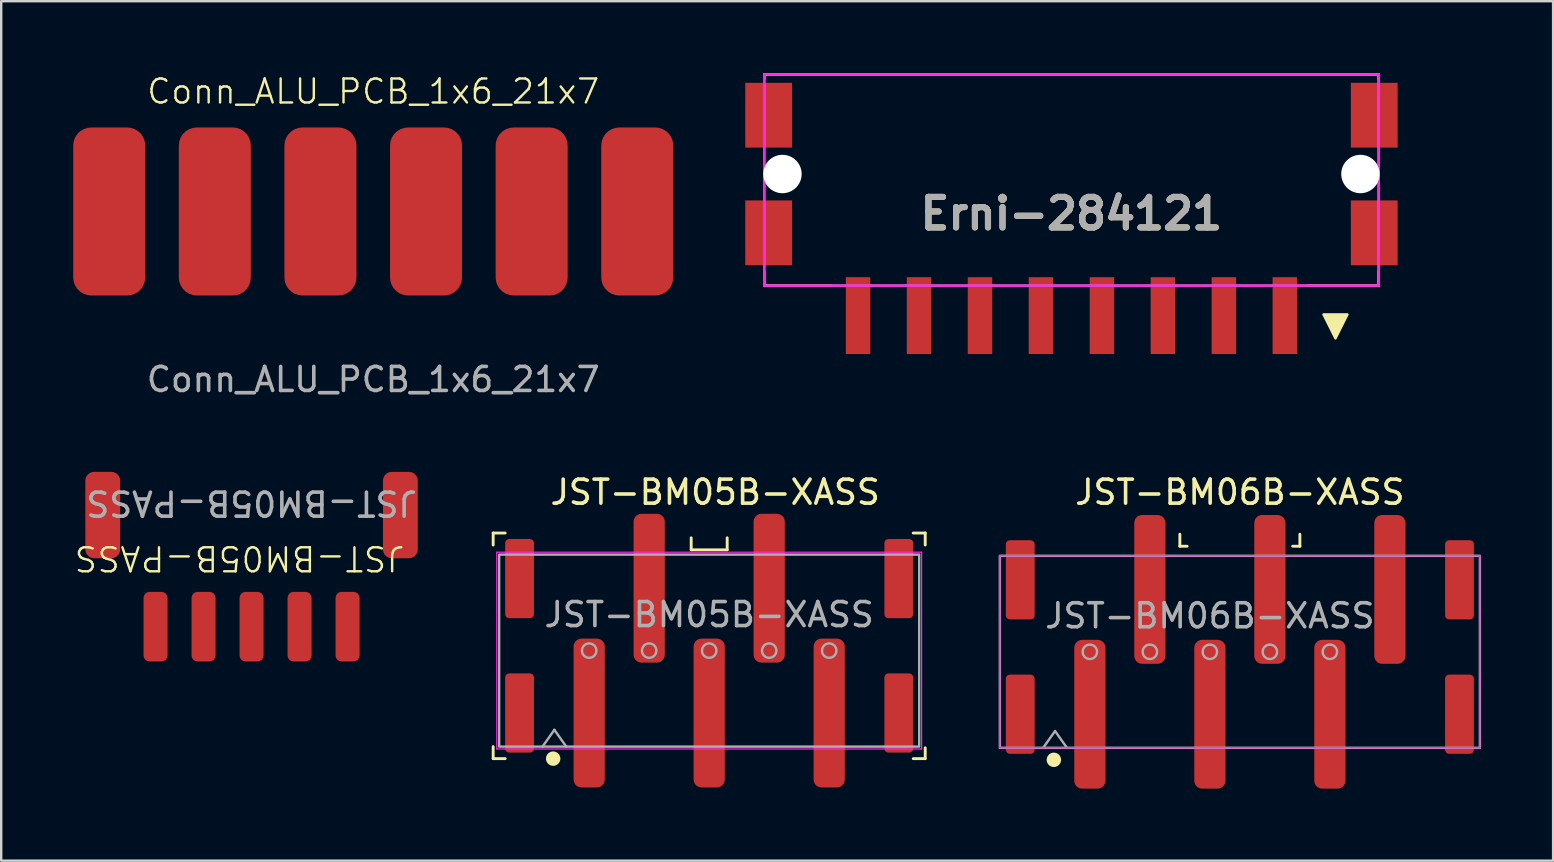
<source format=kicad_pcb>
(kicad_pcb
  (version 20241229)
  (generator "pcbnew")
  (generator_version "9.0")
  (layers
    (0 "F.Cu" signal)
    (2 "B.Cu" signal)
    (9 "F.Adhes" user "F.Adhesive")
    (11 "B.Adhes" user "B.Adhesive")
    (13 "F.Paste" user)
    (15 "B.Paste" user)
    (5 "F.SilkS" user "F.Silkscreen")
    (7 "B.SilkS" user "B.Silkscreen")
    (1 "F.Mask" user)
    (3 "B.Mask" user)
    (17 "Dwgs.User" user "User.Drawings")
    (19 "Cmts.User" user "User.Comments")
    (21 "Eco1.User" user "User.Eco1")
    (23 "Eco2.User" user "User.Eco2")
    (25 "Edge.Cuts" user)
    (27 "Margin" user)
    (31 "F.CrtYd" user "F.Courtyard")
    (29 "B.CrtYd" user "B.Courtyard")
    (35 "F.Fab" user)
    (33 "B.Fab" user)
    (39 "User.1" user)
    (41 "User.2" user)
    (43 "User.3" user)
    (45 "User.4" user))
  (footprint "JST-BM06B-XASS"
    (layer "F.Cu")
    (at 48.607 24.107)
    (property "Reference" "JST-BM06B-XASS" (at 0 -6.65 0) (layer "F.SilkS") (effects (font (size 1 1) (thickness 0.15))))
    (attr smd)
    (fp_line (start -2.5 -4.9) (end -2.5 -4.4) (stroke (width 0.12) (type solid)) (layer "F.SilkS"))
    (fp_line (start -2.5 -4.4) (end -2.2 -4.4) (stroke (width 0.12) (type solid)) (layer "F.SilkS"))
    (fp_line (start 2.2 -4.4) (end 2.5 -4.4) (stroke (width 0.12) (type solid)) (layer "F.SilkS"))
    (fp_line (start 2.5 -4.9) (end 2.5 -4.4) (stroke (width 0.12) (type solid)) (layer "F.SilkS"))
    (fp_circle (center -7.75 4.5) (end -7.5 4.5) (stroke (width 0.1) (type solid)) (fill yes) (layer "F.SilkS"))
    (fp_line (start -10 -4) (end -10 4) (stroke (width 0.05) (type solid)) (layer "F.CrtYd"))
    (fp_line (start -10 4) (end 10 4) (stroke (width 0.05) (type solid)) (layer "F.CrtYd"))
    (fp_line (start 10 -4) (end -10 -4) (stroke (width 0.05) (type solid)) (layer "F.CrtYd"))
    (fp_line (start 10 4) (end 10 -4) (stroke (width 0.05) (type solid)) (layer "F.CrtYd"))
    (fp_line (start -8.2 4.007) (end -7.7 3.3) (stroke (width 0.1) (type solid)) (layer "F.Fab"))
    (fp_line (start -7.7 3.3) (end -7.2 4.007) (stroke (width 0.1) (type solid)) (layer "F.Fab"))
    (fp_rect (start -10 -4) (end 10 4) (stroke (width 0.1) (type default)) (fill no) (layer "F.Fab"))
    (fp_circle (center -6.25 0) (end -5.95 0) (stroke (width 0.1) (type default)) (fill no) (layer "F.Fab"))
    (fp_circle (center -3.75 0) (end -3.45 0) (stroke (width 0.1) (type default)) (fill no) (layer "F.Fab"))
    (fp_circle (center -1.25 0) (end -0.95 0) (stroke (width 0.1) (type default)) (fill no) (layer "F.Fab"))
    (fp_circle (center 1.25 0) (end 1.55 0) (stroke (width 0.1) (type default)) (fill no) (layer "F.Fab"))
    (fp_circle (center 3.75 0) (end 4.05 0) (stroke (width 0.1) (type default)) (fill no) (layer "F.Fab"))
    (fp_text user "${REFERENCE}" (at -1.25 -1.5 0) (layer "F.Fab") (effects (font (size 1 1) (thickness 0.15))))
    (pad "1" smd roundrect (at -6.25 2.6) (size 1.3 6.2) (layers "F.Cu" "F.Mask" "F.Paste") (roundrect_rratio 0.25))
    (pad "2" smd roundrect (at -3.75 -2.6) (size 1.3 6.2) (layers "F.Cu" "F.Mask" "F.Paste") (roundrect_rratio 0.25))
    (pad "3" smd roundrect (at -1.25 2.6) (size 1.3 6.2) (layers "F.Cu" "F.Mask" "F.Paste") (roundrect_rratio 0.25))
    (pad "4" smd roundrect (at 1.25 -2.6) (size 1.3 6.2) (layers "F.Cu" "F.Mask" "F.Paste") (roundrect_rratio 0.25))
    (pad "5" smd roundrect (at 3.75 2.6) (size 1.3 6.2) (layers "F.Cu" "F.Mask" "F.Paste") (roundrect_rratio 0.25))
    (pad "6" smd roundrect (at 6.25 -2.6) (size 1.3 6.2) (layers "F.Cu" "F.Mask" "F.Paste") (roundrect_rratio 0.25))
    (pad "7" smd roundrect (at 9.15 2.6) (size 1.2 3.3) (layers "F.Cu" "F.Mask" "F.Paste") (roundrect_rratio 0.139))
    (pad "8" smd roundrect (at 9.15 -3) (size 1.2 3.3) (layers "F.Cu" "F.Mask" "F.Paste") (roundrect_rratio 0.139))
    (pad "9" smd roundrect (at -9.15 -3) (size 1.2 3.3) (layers "F.Cu" "F.Mask" "F.Paste") (roundrect_rratio 0.139))
    (pad "10" smd roundrect (at -9.15 2.6) (size 1.2 3.3) (layers "F.Cu" "F.Mask" "F.Paste") (roundrect_rratio 0.139)))
  (footprint "Conn_ALU_PCB_1x6_21x7"
    (layer "F.Cu")
    (at 12.5 5.761)
    (property "Reference" "Conn_ALU_PCB_1x6_21x7" (at 0 -5 0) (unlocked yes) (layer "F.SilkS") (effects (font (size 1 1) (thickness 0.1))))
    (attr smd)
    (fp_text user "${REFERENCE}" (at 0 7 0) (unlocked yes) (layer "F.Fab") (effects (font (size 1 1) (thickness 0.15))))
    (pad "1" smd roundrect (at 11 0) (size 3 7) (layers "F.Cu" "F.Mask" "F.Paste") (roundrect_rratio 0.25))
    (pad "2" smd roundrect (at 6.6 0) (size 3 7) (layers "F.Cu" "F.Mask" "F.Paste") (roundrect_rratio 0.25))
    (pad "3" smd roundrect (at 2.2 0) (size 3 7) (layers "F.Cu" "F.Mask" "F.Paste") (roundrect_rratio 0.25))
    (pad "4" smd roundrect (at -2.2 0) (size 3 7) (layers "F.Cu" "F.Mask" "F.Paste") (roundrect_rratio 0.25))
    (pad "5" smd roundrect (at -6.6 0) (size 3 7) (layers "F.Cu" "F.Mask" "F.Paste") (roundrect_rratio 0.25))
    (pad "6" smd roundrect (at -11 0) (size 3 7) (layers "F.Cu" "F.Mask" "F.Paste") (roundrect_rratio 0.25)))
  (footprint "Erni-284121"
    (layer "F.Cu")
    (at 41.59 5.05)
    (property "Reference" "Erni-284121" (at 0 0.8 0) (layer "F.SilkS") (effects (font (size 1.27 1.27) (thickness 0.254))))
    (attr smd)
    (fp_line (start -12.8 -5) (end -12.8 -4.8) (stroke (width 0.1) (type default)) (layer "F.SilkS"))
    (fp_line (start -12.8 3.2) (end -12.8 3.8) (stroke (width 0.1) (type default)) (layer "F.SilkS"))
    (fp_line (start -12.8 3.8) (end -10 3.8) (stroke (width 0.1) (type default)) (layer "F.SilkS"))
    (fp_line (start 9.8 3.8) (end 12.8 3.8) (stroke (width 0.1) (type default)) (layer "F.SilkS"))
    (fp_line (start 12.8 -5) (end -12.8 -5) (stroke (width 0.1) (type default)) (layer "F.SilkS"))
    (fp_line (start 12.8 -4.8) (end 12.8 -5) (stroke (width 0.1) (type default)) (layer "F.SilkS"))
    (fp_line (start 12.8 3.8) (end 12.8 3.2) (stroke (width 0.1) (type default)) (layer "F.SilkS"))
    (fp_poly (pts (xy 10.5 5) (xy 11.5 5) (xy 11 6)) (stroke (width 0.1) (type solid)) (fill yes) (layer "F.SilkS"))
    (fp_line (start -12.8 -5) (end 12.8 -5) (stroke (width 0.1) (type solid)) (layer "F.CrtYd"))
    (fp_line (start -12.8 3.8) (end -12.8 -5) (stroke (width 0.1) (type solid)) (layer "F.CrtYd"))
    (fp_line (start 12.8 -5) (end 12.8 3.8) (stroke (width 0.1) (type solid)) (layer "F.CrtYd"))
    (fp_line (start 12.8 3.8) (end -12.8 3.8) (stroke (width 0.1) (type solid)) (layer "F.CrtYd"))
    (fp_line (start -12.8 -5) (end -12.8 3.8) (stroke (width 0.1) (type solid)) (layer "F.Fab"))
    (fp_line (start -12.8 3.8) (end 12.8 3.8) (stroke (width 0.1) (type solid)) (layer "F.Fab"))
    (fp_line (start 12.78 -5) (end -12.8 -5) (stroke (width 0.1) (type solid)) (layer "F.Fab"))
    (fp_line (start 12.8 3.8) (end 12.8 -5) (stroke (width 0.1) (type solid)) (layer "F.Fab"))
    (fp_text user "${REFERENCE}" (at 0 0.8 0) (layer "F.Fab") (effects (font (size 1.27 1.27) (thickness 0.254))))
    (pad "" np_thru_hole circle (at -12.04 -0.85) (size 1.6 1.6) (drill 1.6) (layers "*.Cu" "*.Mask"))
    (pad "" np_thru_hole circle (at 12.04 -0.85) (size 1.6 1.6) (drill 1.6) (layers "*.Cu" "*.Mask"))
    (pad "1" smd rect (at 8.89 5.05) (size 1.02 3.2) (layers "F.Cu" "F.Mask" "F.Paste"))
    (pad "2" smd rect (at 6.35 5.05) (size 1.02 3.2) (layers "F.Cu" "F.Mask" "F.Paste"))
    (pad "3" smd rect (at 3.81 5.05) (size 1.02 3.2) (layers "F.Cu" "F.Mask" "F.Paste"))
    (pad "4" smd rect (at 1.27 5.05) (size 1.02 3.2) (layers "F.Cu" "F.Mask" "F.Paste"))
    (pad "5" smd rect (at -1.27 5.05) (size 1.02 3.2) (layers "F.Cu" "F.Mask" "F.Paste"))
    (pad "6" smd rect (at -3.81 5.05) (size 1.02 3.2) (layers "F.Cu" "F.Mask" "F.Paste"))
    (pad "7" smd rect (at -6.35 5.05) (size 1.02 3.2) (layers "F.Cu" "F.Mask" "F.Paste"))
    (pad "8" smd rect (at -8.89 5.05) (size 1.02 3.2) (layers "F.Cu" "F.Mask" "F.Paste"))
    (pad "9" smd rect (at 12.615 -3.3) (size 1.95 2.7) (layers "F.Cu" "F.Mask" "F.Paste"))
    (pad "10" smd rect (at 12.615 1.6) (size 1.95 2.7) (layers "F.Cu" "F.Mask" "F.Paste"))
    (pad "11" smd rect (at -12.615 1.6) (size 1.95 2.7) (layers "F.Cu" "F.Mask" "F.Paste"))
    (pad "12" smd rect (at -12.615 -3.3) (size 1.95 2.7) (layers "F.Cu" "F.Mask" "F.Paste")))
  (footprint "JST-BM05B-XASS"
    (layer "F.Cu")
    (at 26.497 24.057)
    (property "Reference" "JST-BM05B-XASS" (at 0.25 -6.6 0) (layer "F.SilkS") (effects (font (size 1 1) (thickness 0.15))))
    (attr smd)
    (fp_line (start -9 -4.9) (end -9 -4.4) (stroke (width 0.12) (type solid)) (layer "F.SilkS"))
    (fp_line (start -9 -4.9) (end -8.5 -4.9) (stroke (width 0.12) (type solid)) (layer "F.SilkS"))
    (fp_line (start -9 4) (end -9 4.5) (stroke (width 0.12) (type solid)) (layer "F.SilkS"))
    (fp_line (start -9 4.5) (end -8.5 4.5) (stroke (width 0.12) (type solid)) (layer "F.SilkS"))
    (fp_line (start -0.75 -4.7) (end -0.75 -4.2) (stroke (width 0.12) (type solid)) (layer "F.SilkS"))
    (fp_line (start -0.75 -4.2) (end 0.75 -4.2) (stroke (width 0.12) (type solid)) (layer "F.SilkS"))
    (fp_line (start 0.75 -4.7) (end 0.75 -4.2) (stroke (width 0.12) (type solid)) (layer "F.SilkS"))
    (fp_line (start 9 -4.9) (end 8.5 -4.9) (stroke (width 0.12) (type solid)) (layer "F.SilkS"))
    (fp_line (start 9 -4.9) (end 9 -4.4) (stroke (width 0.12) (type solid)) (layer "F.SilkS"))
    (fp_line (start 9 4.05) (end 9 4.5) (stroke (width 0.12) (type solid)) (layer "F.SilkS"))
    (fp_line (start 9 4.5) (end 8.5 4.5) (stroke (width 0.12) (type solid)) (layer "F.SilkS"))
    (fp_circle (center -6.5 4.5) (end -6.25 4.5) (stroke (width 0.1) (type solid)) (fill yes) (layer "F.SilkS"))
    (fp_line (start -8.85 -4.1) (end -8.85 4.1) (stroke (width 0.05) (type solid)) (layer "F.CrtYd"))
    (fp_line (start -8.85 4.1) (end 8.85 4.1) (stroke (width 0.05) (type solid)) (layer "F.CrtYd"))
    (fp_line (start 8.85 -4.1) (end -8.85 -4.1) (stroke (width 0.05) (type solid)) (layer "F.CrtYd"))
    (fp_line (start 8.85 4.1) (end 8.85 -4.1) (stroke (width 0.05) (type solid)) (layer "F.CrtYd"))
    (fp_line (start -6.95 4.007) (end -6.45 3.3) (stroke (width 0.1) (type solid)) (layer "F.Fab"))
    (fp_line (start -6.45 3.3) (end -5.95 4.007) (stroke (width 0.1) (type solid)) (layer "F.Fab"))
    (fp_rect (start -8.75 -4) (end 8.75 4) (stroke (width 0.1) (type default)) (fill no) (layer "F.Fab"))
    (fp_circle (center -5 0) (end -4.7 0) (stroke (width 0.1) (type default)) (fill no) (layer "F.Fab"))
    (fp_circle (center -2.5 0) (end -2.2 0) (stroke (width 0.1) (type default)) (fill no) (layer "F.Fab"))
    (fp_circle (center 0 0) (end 0.3 0) (stroke (width 0.1) (type default)) (fill no) (layer "F.Fab"))
    (fp_circle (center 2.5 0) (end 2.8 0) (stroke (width 0.1) (type default)) (fill no) (layer "F.Fab"))
    (fp_circle (center 5 0) (end 5.3 0) (stroke (width 0.1) (type default)) (fill no) (layer "F.Fab"))
    (fp_text user "${REFERENCE}" (at 0 -1.5 0) (layer "F.Fab") (effects (font (size 1 1) (thickness 0.15))))
    (pad "1" smd roundrect (at -5 2.6) (size 1.3 6.2) (layers "F.Cu" "F.Mask" "F.Paste") (roundrect_rratio 0.25))
    (pad "2" smd roundrect (at -2.5 -2.6) (size 1.3 6.2) (layers "F.Cu" "F.Mask" "F.Paste") (roundrect_rratio 0.25))
    (pad "3" smd roundrect (at 0 2.6) (size 1.3 6.2) (layers "F.Cu" "F.Mask" "F.Paste") (roundrect_rratio 0.25))
    (pad "4" smd roundrect (at 2.5 -2.6) (size 1.3 6.2) (layers "F.Cu" "F.Mask" "F.Paste") (roundrect_rratio 0.25))
    (pad "5" smd roundrect (at 5 2.6) (size 1.3 6.2) (layers "F.Cu" "F.Mask" "F.Paste") (roundrect_rratio 0.25))
    (pad "6" smd roundrect (at 7.9 2.6) (size 1.2 3.3) (layers "F.Cu" "F.Mask" "F.Paste") (roundrect_rratio 0.139))
    (pad "7" smd roundrect (at 7.9 -3) (size 1.2 3.3) (layers "F.Cu" "F.Mask" "F.Paste") (roundrect_rratio 0.139))
    (pad "8" smd roundrect (at -7.9 -3) (size 1.2 3.3) (layers "F.Cu" "F.Mask" "F.Paste") (roundrect_rratio 0.139))
    (pad "9" smd roundrect (at -7.9 2.6) (size 1.2 3.3) (layers "F.Cu" "F.Mask" "F.Paste") (roundrect_rratio 0.139)))
  (footprint "JST-BM05B-PASS"
    (layer "F.Cu")
    (at 7.431 18.309)
    (property "Reference" "JST-BM05B-PASS" (at -0.5 1.9 180) (unlocked yes) (layer "F.SilkS") (effects (font (size 1 1) (thickness 0.1))))
    (attr smd)
    (fp_text user "${REFERENCE}" (at 0 -0.4 180) (unlocked yes) (layer "F.Fab") (effects (font (size 1 1) (thickness 0.15))))
    (pad "1" smd roundrect (at -4 4.75 180) (size 1 2.9) (layers "F.Cu" "F.Mask" "F.Paste") (roundrect_rratio 0.25))
    (pad "2" smd roundrect (at -2 4.75 180) (size 1 2.9) (layers "F.Cu" "F.Mask" "F.Paste") (roundrect_rratio 0.25))
    (pad "3" smd roundrect (at 0 4.75 180) (size 1 2.9) (layers "F.Cu" "F.Mask" "F.Paste") (roundrect_rratio 0.25))
    (pad "4" smd roundrect (at 2 4.75 180) (size 1 2.9) (layers "F.Cu" "F.Mask" "F.Paste") (roundrect_rratio 0.25))
    (pad "5" smd roundrect (at 4 4.75 180) (size 1 2.9) (layers "F.Cu" "F.Mask" "F.Paste") (roundrect_rratio 0.25))
    (pad "6" smd roundrect (at 6.2 0.1 180) (size 1.45 3.6) (layers "F.Cu" "F.Mask" "F.Paste") (roundrect_rratio 0.25))
    (pad "7" smd roundrect (at -6.2 0.1 180) (size 1.45 3.6) (layers "F.Cu" "F.Mask" "F.Paste") (roundrect_rratio 0.25)))
  (gr_rect
    (start -3 -3)
    (end 61.657 32.807)
    (stroke (width 0.1) (type default))
    (fill no)
    (layer "Edge.Cuts")))
</source>
